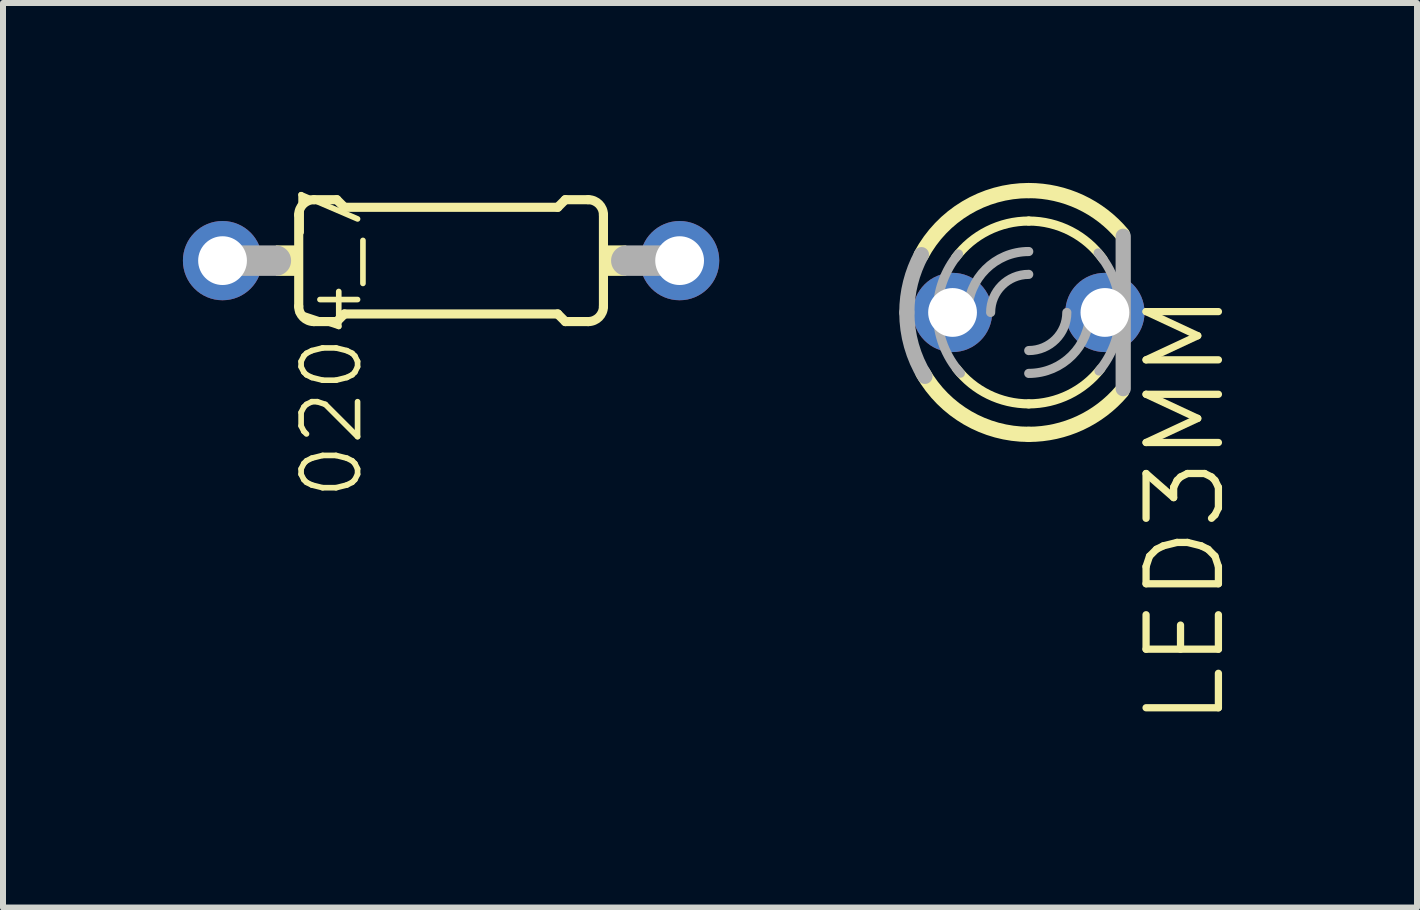
<source format=kicad_pcb>
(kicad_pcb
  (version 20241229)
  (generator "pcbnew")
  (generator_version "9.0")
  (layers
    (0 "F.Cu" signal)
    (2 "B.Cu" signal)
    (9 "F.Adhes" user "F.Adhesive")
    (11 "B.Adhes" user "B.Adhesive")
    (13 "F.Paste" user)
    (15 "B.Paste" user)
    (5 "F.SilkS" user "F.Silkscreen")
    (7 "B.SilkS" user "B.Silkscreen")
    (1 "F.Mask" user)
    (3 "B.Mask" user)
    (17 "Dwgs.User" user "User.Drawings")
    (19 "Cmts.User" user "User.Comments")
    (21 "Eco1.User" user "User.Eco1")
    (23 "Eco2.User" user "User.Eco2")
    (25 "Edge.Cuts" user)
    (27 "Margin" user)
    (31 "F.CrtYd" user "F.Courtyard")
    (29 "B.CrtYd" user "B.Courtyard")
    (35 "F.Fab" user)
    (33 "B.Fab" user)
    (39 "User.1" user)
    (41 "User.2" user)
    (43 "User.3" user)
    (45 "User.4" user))
  (footprint "LED3MM"
    (layer "F.Cu")
    (at 14.1 2.159)
    (property "Reference" "LED3MM" (at 1.905 -0.381 270) (layer "F.SilkS") (effects (font (size 1.206 1.206) (thickness 0.121)) (justify right top)))
    (attr through_hole)
    (fp_arc (start -1.7929 -0.9562) (mid -1.045438 -1.7424) (end 0 -2.032) (stroke (width 0.254) (type solid)) (layer "F.SilkS"))
    (fp_arc (start -1.2192 -0.9144) (mid -0.681554 -1.363107) (end 0 -1.524) (stroke (width 0.1524) (type solid)) (layer "F.SilkS"))
    (fp_arc (start 0 -2.032) (mid 0.861864 -1.840173) (end 1.561 -1.3009) (stroke (width 0.254) (type solid)) (layer "F.SilkS"))
    (fp_arc (start 0 -1.524) (mid 0.697339 -1.355082) (end 1.2401 -0.885801) (stroke (width 0.1524) (type solid)) (layer "F.SilkS"))
    (fp_arc (start 0 1.524) (mid -0.669593 1.369018) (end -1.203 0.9356) (stroke (width 0.1524) (type solid)) (layer "F.SilkS"))
    (fp_arc (start 0 2.032) (mid -1.019924 1.757525) (end -1.7643 1.0082) (stroke (width 0.254) (type solid)) (layer "F.SilkS"))
    (fp_arc (start 1.203 0.9356) (mid 0.669593 1.369018) (end 0 1.524) (stroke (width 0.1524) (type solid)) (layer "F.SilkS"))
    (fp_arc (start 1.5512 1.3126) (mid 0.854953 1.843405) (end 0 2.032) (stroke (width 0.254) (type solid)) (layer "F.SilkS"))
    (fp_line (start 1.575 1.27) (end 1.575 -1.27) (stroke (width 0.254) (type solid)) (layer "F.Fab"))
    (fp_arc (start -2.032 0) (mid -1.970339 -0.496775) (end -1.7891 -0.9634) (stroke (width 0.254) (type solid)) (layer "F.Fab"))
    (fp_arc (start -1.7306 1.065) (mid -1.95521 0.553417) (end -2.032 0) (stroke (width 0.254) (type solid)) (layer "F.Fab"))
    (fp_arc (start -1.524 0) (mid -1.432981 -0.518783) (end -1.1708 -0.9756) (stroke (width 0.1524) (type solid)) (layer "F.Fab"))
    (fp_arc (start -1.1391 1.0125) (mid -1.42454 0.5416) (end -1.524 0) (stroke (width 0.1524) (type solid)) (layer "F.Fab"))
    (fp_arc (start -1.016 0) (mid -0.71842 -0.71842) (end 0 -1.016) (stroke (width 0.1524) (type solid)) (layer "F.Fab"))
    (fp_arc (start -0.635 0) (mid -0.449013 -0.449013) (end 0 -0.635) (stroke (width 0.1524) (type solid)) (layer "F.Fab"))
    (fp_arc (start 0.635 0) (mid 0.449013 0.449013) (end 0 0.635) (stroke (width 0.1524) (type solid)) (layer "F.Fab"))
    (fp_arc (start 1.016 0) (mid 0.71842 0.71842) (end 0 1.016) (stroke (width 0.1524) (type solid)) (layer "F.Fab"))
    (fp_arc (start 1.1571 -0.9918) (mid 1.429332 -0.528744) (end 1.524 0) (stroke (width 0.1524) (type solid)) (layer "F.Fab"))
    (fp_arc (start 1.524 0) (mid 1.432981 0.518783) (end 1.1708 0.9756) (stroke (width 0.1524) (type solid)) (layer "F.Fab"))
    (pad "A" thru_hole circle (at -1.27 0) (size 1.321 1.321) (drill 0.813) (layers "*.Cu" "*.Mask"))
    (pad "K" thru_hole circle (at 1.27 0) (size 1.321 1.321) (drill 0.813) (layers "*.Cu" "*.Mask")))
  (footprint "0204_7"
    (layer "F.Cu")
    (at 4.47 1.295)
    (property "Reference" "0204_7" (at -2.54 -1.295 270) (layer "F.SilkS") (effects (font (size 0.941 0.941) (thickness 0.094)) (justify right top)))
    (attr through_hole)
    (fp_line (start -2.54 0.762) (end -2.54 -0.762) (stroke (width 0.152) (type solid)) (layer "F.SilkS"))
    (fp_line (start -2.286 -1.016) (end -1.905 -1.016) (stroke (width 0.152) (type solid)) (layer "F.SilkS"))
    (fp_line (start -2.286 1.016) (end -1.905 1.016) (stroke (width 0.152) (type solid)) (layer "F.SilkS"))
    (fp_line (start -1.778 -0.889) (end -1.905 -1.016) (stroke (width 0.152) (type solid)) (layer "F.SilkS"))
    (fp_line (start -1.778 0.889) (end -1.905 1.016) (stroke (width 0.152) (type solid)) (layer "F.SilkS"))
    (fp_line (start 1.778 -0.889) (end -1.778 -0.889) (stroke (width 0.152) (type solid)) (layer "F.SilkS"))
    (fp_line (start 1.778 -0.889) (end 1.905 -1.016) (stroke (width 0.152) (type solid)) (layer "F.SilkS"))
    (fp_line (start 1.778 0.889) (end -1.778 0.889) (stroke (width 0.152) (type solid)) (layer "F.SilkS"))
    (fp_line (start 1.778 0.889) (end 1.905 1.016) (stroke (width 0.152) (type solid)) (layer "F.SilkS"))
    (fp_line (start 2.286 -1.016) (end 1.905 -1.016) (stroke (width 0.152) (type solid)) (layer "F.SilkS"))
    (fp_line (start 2.286 1.016) (end 1.905 1.016) (stroke (width 0.152) (type solid)) (layer "F.SilkS"))
    (fp_line (start 2.54 0.762) (end 2.54 -0.762) (stroke (width 0.152) (type solid)) (layer "F.SilkS"))
    (fp_arc (start -2.54 -0.762) (mid -2.465605 -0.941605) (end -2.286 -1.016) (stroke (width 0.1524) (type solid)) (layer "F.SilkS"))
    (fp_arc (start -2.286 1.016) (mid -2.465605 0.941605) (end -2.54 0.762) (stroke (width 0.1524) (type solid)) (layer "F.SilkS"))
    (fp_arc (start 2.286 -1.016) (mid 2.465605 -0.941605) (end 2.54 -0.762) (stroke (width 0.1524) (type solid)) (layer "F.SilkS"))
    (fp_arc (start 2.54 0.762) (mid 2.465605 0.941605) (end 2.286 1.016) (stroke (width 0.1524) (type solid)) (layer "F.SilkS"))
    (fp_poly (pts (xy -2.921 0.254) (xy -2.54 0.254) (xy -2.54 -0.254) (xy -2.921 -0.254)) (stroke (width 0) (type solid)) (fill yes) (layer "F.SilkS"))
    (fp_poly (pts (xy 2.54 0.254) (xy 2.921 0.254) (xy 2.921 -0.254) (xy 2.54 -0.254)) (stroke (width 0) (type solid)) (fill yes) (layer "F.SilkS"))
    (fp_line (start -3.81 0) (end -2.921 0) (stroke (width 0.508) (type solid)) (layer "F.Fab"))
    (fp_line (start 3.81 0) (end 2.921 0) (stroke (width 0.508) (type solid)) (layer "F.Fab"))
    (pad "1" thru_hole circle (at -3.81 0) (size 1.321 1.321) (drill 0.813) (layers "*.Cu" "*.Mask"))
    (pad "2" thru_hole circle (at 3.81 0) (size 1.321 1.321) (drill 0.813) (layers "*.Cu" "*.Mask")))
  (gr_rect
    (start -3 -3)
    (end 20.573 12.08)
    (stroke (width 0.1) (type default))
    (fill no)
    (layer "Edge.Cuts")))
</source>
